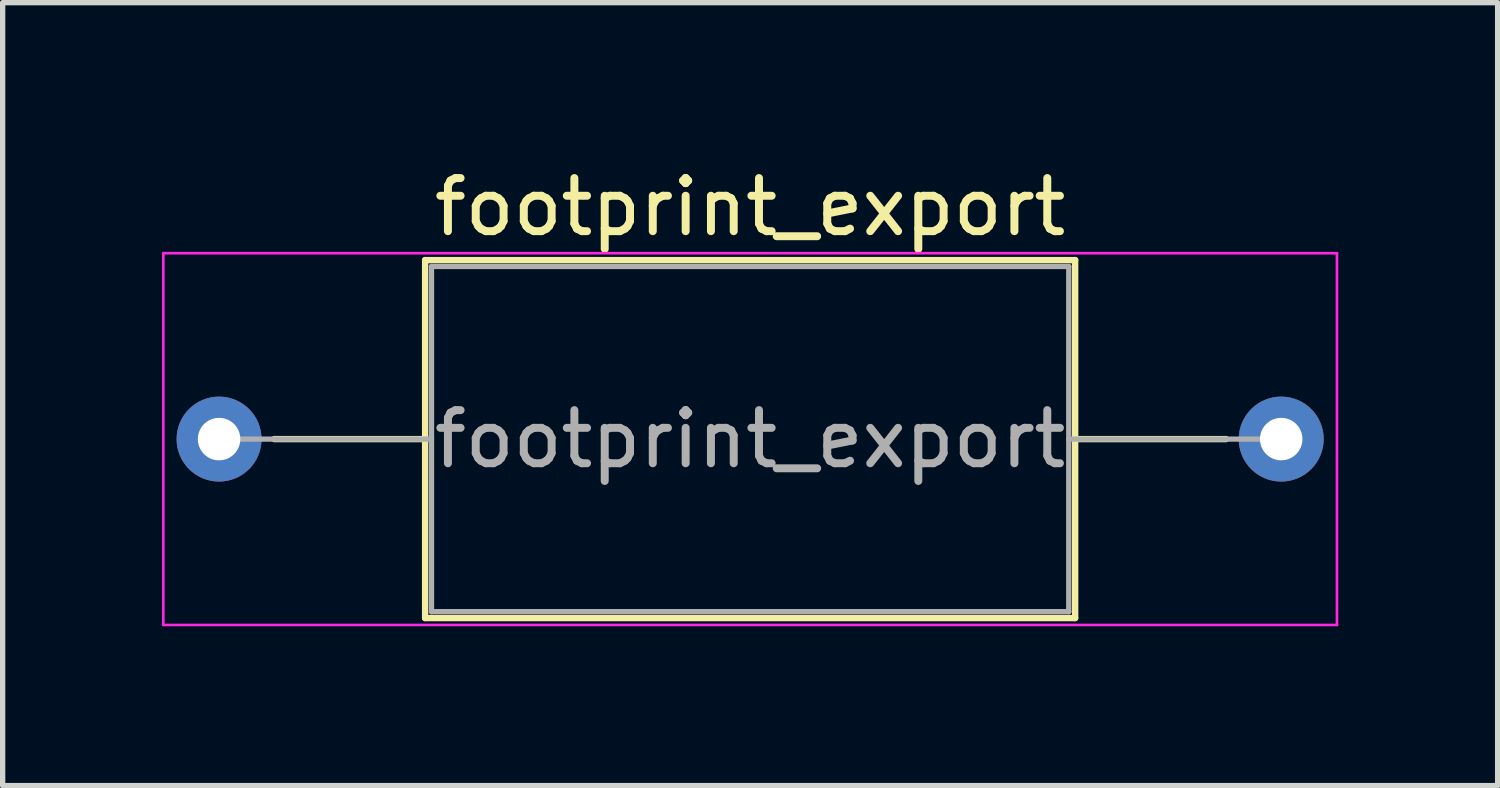
<source format=kicad_pcb>
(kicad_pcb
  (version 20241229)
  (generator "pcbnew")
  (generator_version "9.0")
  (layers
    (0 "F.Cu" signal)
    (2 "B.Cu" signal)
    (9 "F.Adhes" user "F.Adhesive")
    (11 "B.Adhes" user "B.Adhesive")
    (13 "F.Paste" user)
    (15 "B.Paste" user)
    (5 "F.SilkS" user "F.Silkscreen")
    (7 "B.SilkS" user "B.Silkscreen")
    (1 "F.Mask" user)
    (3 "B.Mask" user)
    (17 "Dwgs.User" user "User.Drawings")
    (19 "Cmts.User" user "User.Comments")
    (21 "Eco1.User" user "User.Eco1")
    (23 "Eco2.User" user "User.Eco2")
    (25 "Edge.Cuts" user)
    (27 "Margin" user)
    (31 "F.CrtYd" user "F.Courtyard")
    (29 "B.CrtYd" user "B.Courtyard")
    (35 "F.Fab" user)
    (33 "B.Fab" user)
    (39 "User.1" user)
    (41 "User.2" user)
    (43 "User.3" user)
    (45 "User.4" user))
  (footprint "footprint_export"
    (layer "F.Cu")
    (at 1.075 5.218)
    (property "Reference" "footprint_export" (at 10 -4.37 0) (layer "F.SilkS") (effects (font (size 1 1) (thickness 0.15))))
    (attr through_hole)
    (fp_line (start 1.04 0) (end 3.88 0) (stroke (width 0.12) (type solid)) (layer "F.SilkS"))
    (fp_line (start 3.88 -3.37) (end 3.88 3.37) (stroke (width 0.12) (type solid)) (layer "F.SilkS"))
    (fp_line (start 3.88 3.37) (end 16.12 3.37) (stroke (width 0.12) (type solid)) (layer "F.SilkS"))
    (fp_line (start 16.12 -3.37) (end 3.88 -3.37) (stroke (width 0.12) (type solid)) (layer "F.SilkS"))
    (fp_line (start 16.12 3.37) (end 16.12 -3.37) (stroke (width 0.12) (type solid)) (layer "F.SilkS"))
    (fp_line (start 18.96 0) (end 16.12 0) (stroke (width 0.12) (type solid)) (layer "F.SilkS"))
    (fp_line (start -1.05 -3.5) (end -1.05 3.5) (stroke (width 0.05) (type solid)) (layer "F.CrtYd"))
    (fp_line (start -1.05 3.5) (end 21.05 3.5) (stroke (width 0.05) (type solid)) (layer "F.CrtYd"))
    (fp_line (start 21.05 -3.5) (end -1.05 -3.5) (stroke (width 0.05) (type solid)) (layer "F.CrtYd"))
    (fp_line (start 21.05 3.5) (end 21.05 -3.5) (stroke (width 0.05) (type solid)) (layer "F.CrtYd"))
    (fp_line (start 0 0) (end 4 0) (stroke (width 0.1) (type solid)) (layer "F.Fab"))
    (fp_line (start 4 -3.25) (end 4 3.25) (stroke (width 0.1) (type solid)) (layer "F.Fab"))
    (fp_line (start 4 3.25) (end 16 3.25) (stroke (width 0.1) (type solid)) (layer "F.Fab"))
    (fp_line (start 16 -3.25) (end 4 -3.25) (stroke (width 0.1) (type solid)) (layer "F.Fab"))
    (fp_line (start 16 3.25) (end 16 -3.25) (stroke (width 0.1) (type solid)) (layer "F.Fab"))
    (fp_line (start 20 0) (end 16 0) (stroke (width 0.1) (type solid)) (layer "F.Fab"))
    (fp_text user "${REFERENCE}" (at 10 0 0) (layer "F.Fab") (effects (font (size 1 1) (thickness 0.15))))
    (pad "1" thru_hole circle (at 0 0) (size 1.6 1.6) (drill 0.8) (layers "*.Cu" "*.Mask"))
    (pad "2" thru_hole oval (at 20 0) (size 1.6 1.6) (drill 0.8) (layers "*.Cu" "*.Mask")))
  (gr_rect
    (start -3 -3)
    (end 25.15 11.743)
    (stroke (width 0.1) (type default))
    (fill no)
    (layer "Edge.Cuts")))
</source>
